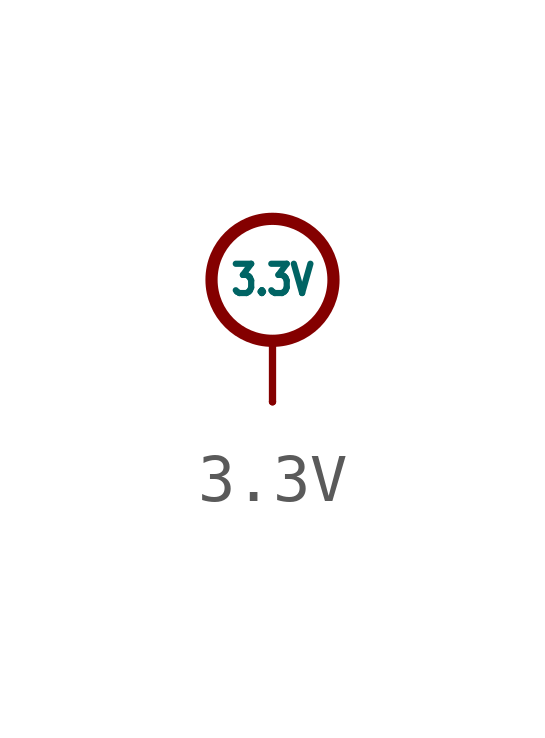
<source format=kicad_sym>
(kicad_symbol_lib
  (version 20211014)
  (generator kicad_symbol_editor)
  (symbol "3.3V"
    (power)
    (property "Reference" "#SUPPLY"
      (at 0 0 0)
      (effects (font (size 1.27 1.27)) hide))
    (property "Value" "3.3V"
      (at 0 2.54 0)
      (effects (font (size 0.61 0.518))))
    (property "ki_locked" ""
      (at 0 0 0)
      (effects (font (size 1.27 1.27))))
    (symbol "3.3V_1_0"
      (polyline (pts (xy 0 0) (xy 0 1.27)) (stroke (width 0.152) (type default) (color 0 0 0 0)) (fill (type none)))
      (circle (center 0 2.54) (radius 1.27) (stroke (width 0.254) (type default) (color 0 0 0 0)) (fill (type none)))
      (pin power_in line (at 0 0 90) (length 0) (name "+3.3V" (effects (font (size 0 0)))) (number "1" (effects (font (size 0 0))))))))
</source>
